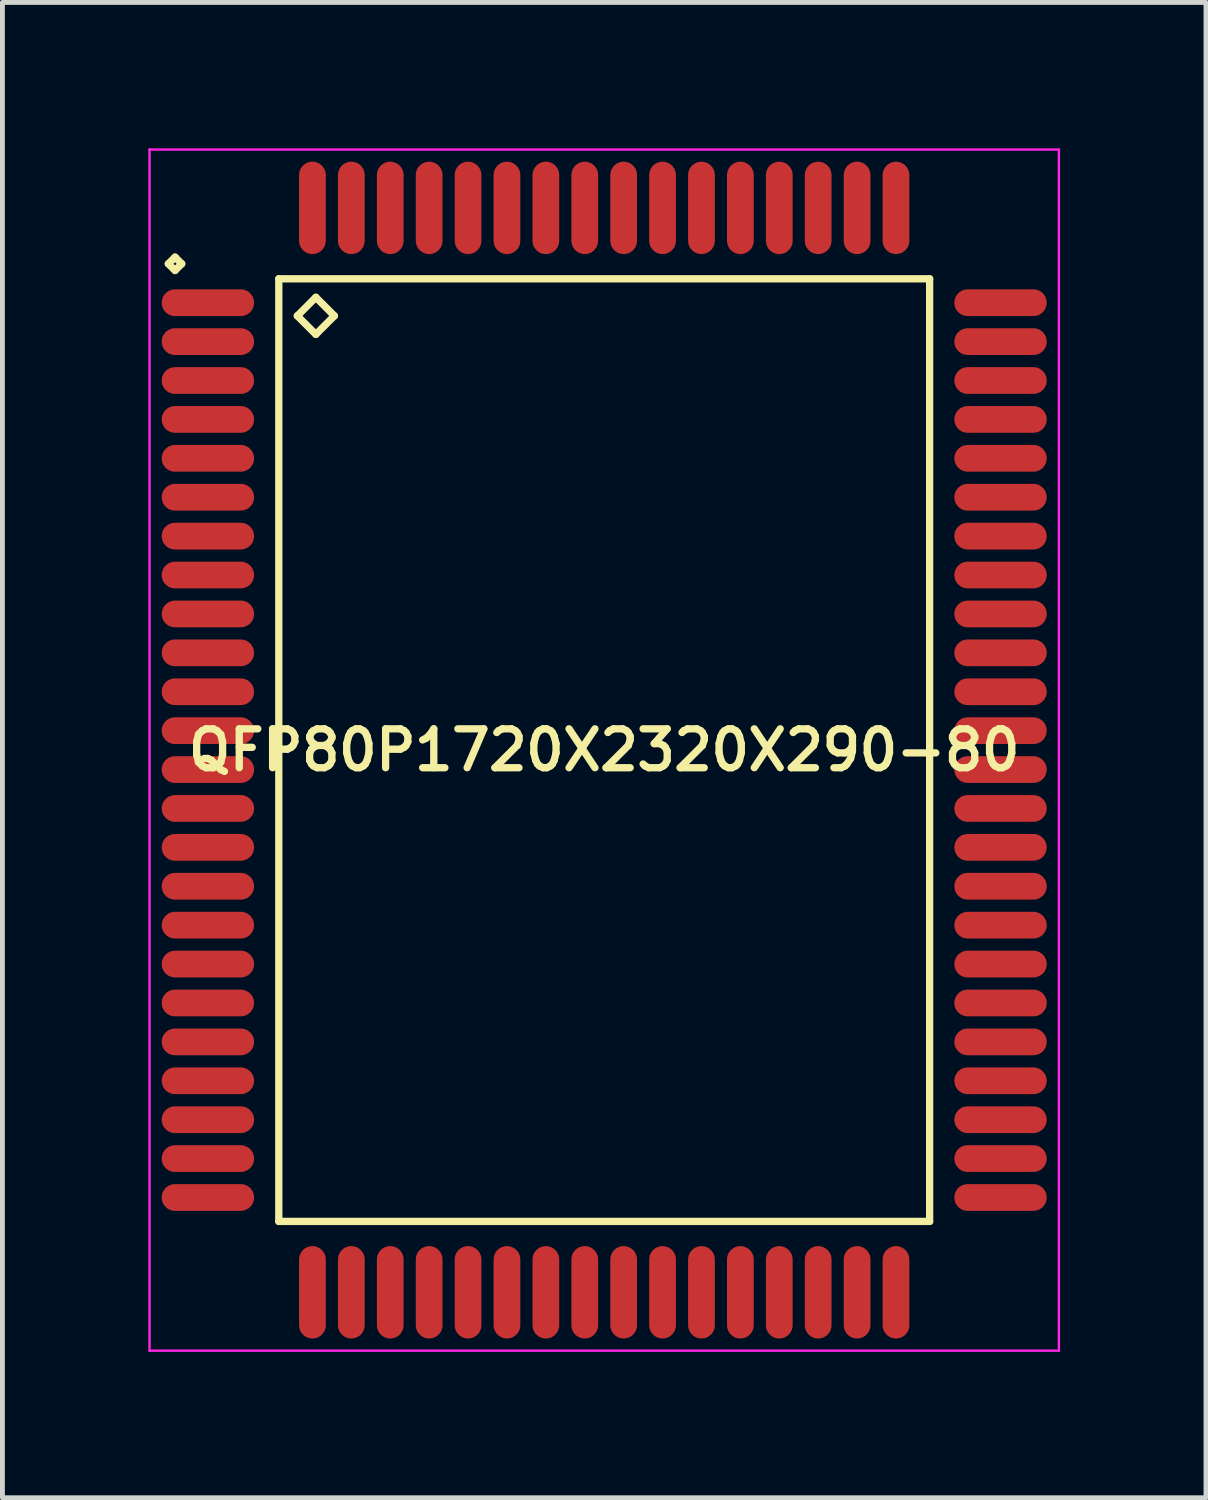
<source format=kicad_pcb>
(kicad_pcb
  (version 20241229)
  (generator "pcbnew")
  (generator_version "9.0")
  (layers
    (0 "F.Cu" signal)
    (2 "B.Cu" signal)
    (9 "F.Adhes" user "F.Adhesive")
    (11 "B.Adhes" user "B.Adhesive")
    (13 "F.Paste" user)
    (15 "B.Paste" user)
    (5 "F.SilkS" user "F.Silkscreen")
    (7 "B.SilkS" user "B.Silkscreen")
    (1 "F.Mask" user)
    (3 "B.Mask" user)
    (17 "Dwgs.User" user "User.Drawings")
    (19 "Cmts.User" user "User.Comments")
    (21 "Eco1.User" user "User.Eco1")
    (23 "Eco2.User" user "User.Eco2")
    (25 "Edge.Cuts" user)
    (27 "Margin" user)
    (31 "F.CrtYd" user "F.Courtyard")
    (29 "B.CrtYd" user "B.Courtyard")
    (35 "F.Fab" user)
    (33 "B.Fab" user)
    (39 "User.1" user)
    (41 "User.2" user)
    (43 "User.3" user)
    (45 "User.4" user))
  (footprint "QFP80P1720X2320X290-80"
    (layer "F.Cu")
    (at 9.375 12.375)
    (property "Reference" "QFP80P1720X2320X290-80" (at 0 0 0) (layer "F.SilkS") (effects (font (size 0.8 0.8) (thickness 0.15))))
    (attr smd)
    (fp_line (start -8.963 -10) (end -8.825 -10.137) (stroke (width 0.15) (type solid)) (layer "F.SilkS"))
    (fp_line (start -8.825 -10.137) (end -8.688 -10) (stroke (width 0.15) (type solid)) (layer "F.SilkS"))
    (fp_line (start -8.825 -9.863) (end -8.963 -10) (stroke (width 0.15) (type solid)) (layer "F.SilkS"))
    (fp_line (start -8.688 -10) (end -8.825 -9.863) (stroke (width 0.15) (type solid)) (layer "F.SilkS"))
    (fp_line (start -6.692 -9.692) (end -6.692 9.692) (stroke (width 0.15) (type solid)) (layer "F.SilkS"))
    (fp_line (start -6.692 9.692) (end 6.692 9.692) (stroke (width 0.15) (type solid)) (layer "F.SilkS"))
    (fp_line (start -6.311 -8.93) (end -5.93 -9.311) (stroke (width 0.15) (type solid)) (layer "F.SilkS"))
    (fp_line (start -5.93 -9.311) (end -5.549 -8.93) (stroke (width 0.15) (type solid)) (layer "F.SilkS"))
    (fp_line (start -5.93 -8.549) (end -6.311 -8.93) (stroke (width 0.15) (type solid)) (layer "F.SilkS"))
    (fp_line (start -5.549 -8.93) (end -5.93 -8.549) (stroke (width 0.15) (type solid)) (layer "F.SilkS"))
    (fp_line (start 6.692 -9.692) (end -6.692 -9.692) (stroke (width 0.15) (type solid)) (layer "F.SilkS"))
    (fp_line (start 6.692 9.692) (end 6.692 -9.692) (stroke (width 0.15) (type solid)) (layer "F.SilkS"))
    (fp_line (start -9.35 -12.35) (end 9.35 -12.35) (stroke (width 0.05) (type solid)) (layer "F.CrtYd"))
    (fp_line (start -9.35 12.35) (end -9.35 -12.35) (stroke (width 0.05) (type solid)) (layer "F.CrtYd"))
    (fp_line (start 9.35 -12.35) (end 9.35 12.35) (stroke (width 0.05) (type solid)) (layer "F.CrtYd"))
    (fp_line (start 9.35 12.35) (end -9.35 12.35) (stroke (width 0.05) (type solid)) (layer "F.CrtYd"))
    (pad "1" smd oval (at -8.15 -9.2) (size 1.9 0.55) (layers "F.Cu" "F.Mask" "F.Paste"))
    (pad "2" smd oval (at -8.15 -8.4) (size 1.9 0.55) (layers "F.Cu" "F.Mask" "F.Paste"))
    (pad "3" smd oval (at -8.15 -7.6) (size 1.9 0.55) (layers "F.Cu" "F.Mask" "F.Paste"))
    (pad "4" smd oval (at -8.15 -6.8) (size 1.9 0.55) (layers "F.Cu" "F.Mask" "F.Paste"))
    (pad "5" smd oval (at -8.15 -6) (size 1.9 0.55) (layers "F.Cu" "F.Mask" "F.Paste"))
    (pad "6" smd oval (at -8.15 -5.2) (size 1.9 0.55) (layers "F.Cu" "F.Mask" "F.Paste"))
    (pad "7" smd oval (at -8.15 -4.4) (size 1.9 0.55) (layers "F.Cu" "F.Mask" "F.Paste"))
    (pad "8" smd oval (at -8.15 -3.6) (size 1.9 0.55) (layers "F.Cu" "F.Mask" "F.Paste"))
    (pad "9" smd oval (at -8.15 -2.8) (size 1.9 0.55) (layers "F.Cu" "F.Mask" "F.Paste"))
    (pad "10" smd oval (at -8.15 -2) (size 1.9 0.55) (layers "F.Cu" "F.Mask" "F.Paste"))
    (pad "11" smd oval (at -8.15 -1.2) (size 1.9 0.55) (layers "F.Cu" "F.Mask" "F.Paste"))
    (pad "12" smd oval (at -8.15 -0.4) (size 1.9 0.55) (layers "F.Cu" "F.Mask" "F.Paste"))
    (pad "13" smd oval (at -8.15 0.4) (size 1.9 0.55) (layers "F.Cu" "F.Mask" "F.Paste"))
    (pad "14" smd oval (at -8.15 1.2) (size 1.9 0.55) (layers "F.Cu" "F.Mask" "F.Paste"))
    (pad "15" smd oval (at -8.15 2) (size 1.9 0.55) (layers "F.Cu" "F.Mask" "F.Paste"))
    (pad "16" smd oval (at -8.15 2.8) (size 1.9 0.55) (layers "F.Cu" "F.Mask" "F.Paste"))
    (pad "17" smd oval (at -8.15 3.6) (size 1.9 0.55) (layers "F.Cu" "F.Mask" "F.Paste"))
    (pad "18" smd oval (at -8.15 4.4) (size 1.9 0.55) (layers "F.Cu" "F.Mask" "F.Paste"))
    (pad "19" smd oval (at -8.15 5.2) (size 1.9 0.55) (layers "F.Cu" "F.Mask" "F.Paste"))
    (pad "20" smd oval (at -8.15 6) (size 1.9 0.55) (layers "F.Cu" "F.Mask" "F.Paste"))
    (pad "21" smd oval (at -8.15 6.8) (size 1.9 0.55) (layers "F.Cu" "F.Mask" "F.Paste"))
    (pad "22" smd oval (at -8.15 7.6) (size 1.9 0.55) (layers "F.Cu" "F.Mask" "F.Paste"))
    (pad "23" smd oval (at -8.15 8.4) (size 1.9 0.55) (layers "F.Cu" "F.Mask" "F.Paste"))
    (pad "24" smd oval (at -8.15 9.2) (size 1.9 0.55) (layers "F.Cu" "F.Mask" "F.Paste"))
    (pad "25" smd oval (at -6 11.15) (size 0.55 1.9) (layers "F.Cu" "F.Mask" "F.Paste"))
    (pad "26" smd oval (at -5.2 11.15) (size 0.55 1.9) (layers "F.Cu" "F.Mask" "F.Paste"))
    (pad "27" smd oval (at -4.4 11.15) (size 0.55 1.9) (layers "F.Cu" "F.Mask" "F.Paste"))
    (pad "28" smd oval (at -3.6 11.15) (size 0.55 1.9) (layers "F.Cu" "F.Mask" "F.Paste"))
    (pad "29" smd oval (at -2.8 11.15) (size 0.55 1.9) (layers "F.Cu" "F.Mask" "F.Paste"))
    (pad "30" smd oval (at -2 11.15) (size 0.55 1.9) (layers "F.Cu" "F.Mask" "F.Paste"))
    (pad "31" smd oval (at -1.2 11.15) (size 0.55 1.9) (layers "F.Cu" "F.Mask" "F.Paste"))
    (pad "32" smd oval (at -0.4 11.15) (size 0.55 1.9) (layers "F.Cu" "F.Mask" "F.Paste"))
    (pad "33" smd oval (at 0.4 11.15) (size 0.55 1.9) (layers "F.Cu" "F.Mask" "F.Paste"))
    (pad "34" smd oval (at 1.2 11.15) (size 0.55 1.9) (layers "F.Cu" "F.Mask" "F.Paste"))
    (pad "35" smd oval (at 2 11.15) (size 0.55 1.9) (layers "F.Cu" "F.Mask" "F.Paste"))
    (pad "36" smd oval (at 2.8 11.15) (size 0.55 1.9) (layers "F.Cu" "F.Mask" "F.Paste"))
    (pad "37" smd oval (at 3.6 11.15) (size 0.55 1.9) (layers "F.Cu" "F.Mask" "F.Paste"))
    (pad "38" smd oval (at 4.4 11.15) (size 0.55 1.9) (layers "F.Cu" "F.Mask" "F.Paste"))
    (pad "39" smd oval (at 5.2 11.15) (size 0.55 1.9) (layers "F.Cu" "F.Mask" "F.Paste"))
    (pad "40" smd oval (at 6 11.15) (size 0.55 1.9) (layers "F.Cu" "F.Mask" "F.Paste"))
    (pad "41" smd oval (at 8.15 9.2) (size 1.9 0.55) (layers "F.Cu" "F.Mask" "F.Paste"))
    (pad "42" smd oval (at 8.15 8.4) (size 1.9 0.55) (layers "F.Cu" "F.Mask" "F.Paste"))
    (pad "43" smd oval (at 8.15 7.6) (size 1.9 0.55) (layers "F.Cu" "F.Mask" "F.Paste"))
    (pad "44" smd oval (at 8.15 6.8) (size 1.9 0.55) (layers "F.Cu" "F.Mask" "F.Paste"))
    (pad "45" smd oval (at 8.15 6) (size 1.9 0.55) (layers "F.Cu" "F.Mask" "F.Paste"))
    (pad "46" smd oval (at 8.15 5.2) (size 1.9 0.55) (layers "F.Cu" "F.Mask" "F.Paste"))
    (pad "47" smd oval (at 8.15 4.4) (size 1.9 0.55) (layers "F.Cu" "F.Mask" "F.Paste"))
    (pad "48" smd oval (at 8.15 3.6) (size 1.9 0.55) (layers "F.Cu" "F.Mask" "F.Paste"))
    (pad "49" smd oval (at 8.15 2.8) (size 1.9 0.55) (layers "F.Cu" "F.Mask" "F.Paste"))
    (pad "50" smd oval (at 8.15 2) (size 1.9 0.55) (layers "F.Cu" "F.Mask" "F.Paste"))
    (pad "51" smd oval (at 8.15 1.2) (size 1.9 0.55) (layers "F.Cu" "F.Mask" "F.Paste"))
    (pad "52" smd oval (at 8.15 0.4) (size 1.9 0.55) (layers "F.Cu" "F.Mask" "F.Paste"))
    (pad "53" smd oval (at 8.15 -0.4) (size 1.9 0.55) (layers "F.Cu" "F.Mask" "F.Paste"))
    (pad "54" smd oval (at 8.15 -1.2) (size 1.9 0.55) (layers "F.Cu" "F.Mask" "F.Paste"))
    (pad "55" smd oval (at 8.15 -2) (size 1.9 0.55) (layers "F.Cu" "F.Mask" "F.Paste"))
    (pad "56" smd oval (at 8.15 -2.8) (size 1.9 0.55) (layers "F.Cu" "F.Mask" "F.Paste"))
    (pad "57" smd oval (at 8.15 -3.6) (size 1.9 0.55) (layers "F.Cu" "F.Mask" "F.Paste"))
    (pad "58" smd oval (at 8.15 -4.4) (size 1.9 0.55) (layers "F.Cu" "F.Mask" "F.Paste"))
    (pad "59" smd oval (at 8.15 -5.2) (size 1.9 0.55) (layers "F.Cu" "F.Mask" "F.Paste"))
    (pad "60" smd oval (at 8.15 -6) (size 1.9 0.55) (layers "F.Cu" "F.Mask" "F.Paste"))
    (pad "61" smd oval (at 8.15 -6.8) (size 1.9 0.55) (layers "F.Cu" "F.Mask" "F.Paste"))
    (pad "62" smd oval (at 8.15 -7.6) (size 1.9 0.55) (layers "F.Cu" "F.Mask" "F.Paste"))
    (pad "63" smd oval (at 8.15 -8.4) (size 1.9 0.55) (layers "F.Cu" "F.Mask" "F.Paste"))
    (pad "64" smd oval (at 8.15 -9.2) (size 1.9 0.55) (layers "F.Cu" "F.Mask" "F.Paste"))
    (pad "65" smd oval (at 6 -11.15) (size 0.55 1.9) (layers "F.Cu" "F.Mask" "F.Paste"))
    (pad "66" smd oval (at 5.2 -11.15) (size 0.55 1.9) (layers "F.Cu" "F.Mask" "F.Paste"))
    (pad "67" smd oval (at 4.4 -11.15) (size 0.55 1.9) (layers "F.Cu" "F.Mask" "F.Paste"))
    (pad "68" smd oval (at 3.6 -11.15) (size 0.55 1.9) (layers "F.Cu" "F.Mask" "F.Paste"))
    (pad "69" smd oval (at 2.8 -11.15) (size 0.55 1.9) (layers "F.Cu" "F.Mask" "F.Paste"))
    (pad "70" smd oval (at 2 -11.15) (size 0.55 1.9) (layers "F.Cu" "F.Mask" "F.Paste"))
    (pad "71" smd oval (at 1.2 -11.15) (size 0.55 1.9) (layers "F.Cu" "F.Mask" "F.Paste"))
    (pad "72" smd oval (at 0.4 -11.15) (size 0.55 1.9) (layers "F.Cu" "F.Mask" "F.Paste"))
    (pad "73" smd oval (at -0.4 -11.15) (size 0.55 1.9) (layers "F.Cu" "F.Mask" "F.Paste"))
    (pad "74" smd oval (at -1.2 -11.15) (size 0.55 1.9) (layers "F.Cu" "F.Mask" "F.Paste"))
    (pad "75" smd oval (at -2 -11.15) (size 0.55 1.9) (layers "F.Cu" "F.Mask" "F.Paste"))
    (pad "76" smd oval (at -2.8 -11.15) (size 0.55 1.9) (layers "F.Cu" "F.Mask" "F.Paste"))
    (pad "77" smd oval (at -3.6 -11.15) (size 0.55 1.9) (layers "F.Cu" "F.Mask" "F.Paste"))
    (pad "78" smd oval (at -4.4 -11.15) (size 0.55 1.9) (layers "F.Cu" "F.Mask" "F.Paste"))
    (pad "79" smd oval (at -5.2 -11.15) (size 0.55 1.9) (layers "F.Cu" "F.Mask" "F.Paste"))
    (pad "80" smd oval (at -6 -11.15) (size 0.55 1.9) (layers "F.Cu" "F.Mask" "F.Paste")))
  (gr_rect
    (start -3 -3)
    (end 21.75 27.75)
    (stroke (width 0.1) (type default))
    (fill no)
    (layer "Edge.Cuts")))
</source>
